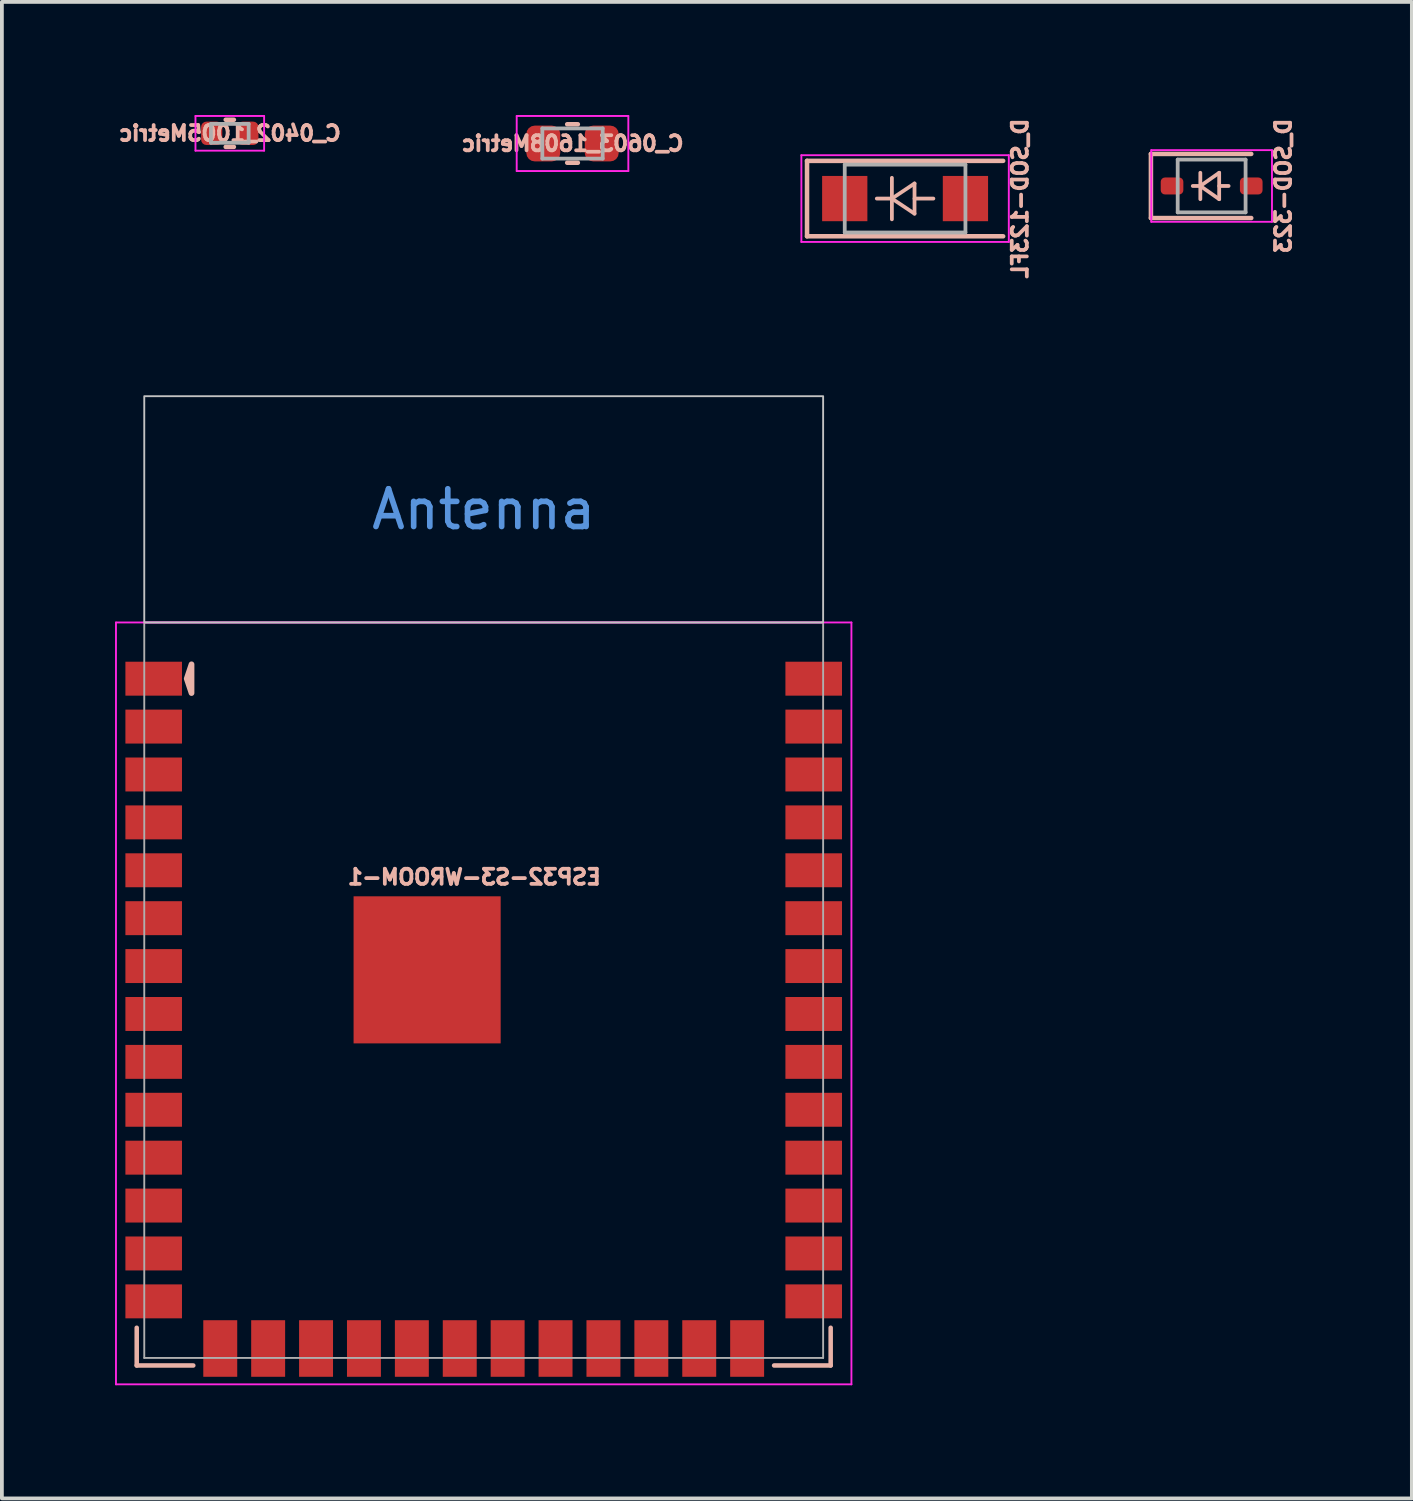
<source format=kicad_pcb>
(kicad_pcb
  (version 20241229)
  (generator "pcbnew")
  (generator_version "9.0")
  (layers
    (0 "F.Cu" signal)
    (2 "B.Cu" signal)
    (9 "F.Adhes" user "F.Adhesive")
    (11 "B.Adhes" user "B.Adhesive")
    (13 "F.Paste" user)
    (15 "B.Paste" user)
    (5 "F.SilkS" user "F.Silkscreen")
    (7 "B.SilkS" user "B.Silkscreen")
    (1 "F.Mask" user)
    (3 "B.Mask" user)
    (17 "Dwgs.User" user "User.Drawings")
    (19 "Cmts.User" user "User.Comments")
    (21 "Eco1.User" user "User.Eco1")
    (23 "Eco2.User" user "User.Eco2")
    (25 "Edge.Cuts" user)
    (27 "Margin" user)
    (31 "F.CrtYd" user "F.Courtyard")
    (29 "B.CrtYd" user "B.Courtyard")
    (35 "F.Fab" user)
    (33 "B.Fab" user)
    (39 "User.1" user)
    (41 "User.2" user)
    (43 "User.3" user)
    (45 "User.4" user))
  (footprint "C_0603_1608Metric"
    (layer "F.Cu")
    (at 12.13 0.755)
    (property "Reference" "C_0603_1608Metric" (at 0 0 0) (layer "B.SilkS") (effects (font (size 0.4 0.4) (thickness 0.1)) (justify mirror)))
    (attr smd)
    (fp_line (start -0.141 -0.51) (end 0.141 -0.51) (stroke (width 0.12) (type solid)) (layer "B.SilkS"))
    (fp_line (start -0.141 0.51) (end 0.141 0.51) (stroke (width 0.12) (type solid)) (layer "B.SilkS"))
    (fp_line (start -1.48 -0.73) (end 1.48 -0.73) (stroke (width 0.05) (type solid)) (layer "F.CrtYd"))
    (fp_line (start -1.48 0.73) (end -1.48 -0.73) (stroke (width 0.05) (type solid)) (layer "F.CrtYd"))
    (fp_line (start 1.48 -0.73) (end 1.48 0.73) (stroke (width 0.05) (type solid)) (layer "F.CrtYd"))
    (fp_line (start 1.48 0.73) (end -1.48 0.73) (stroke (width 0.05) (type solid)) (layer "F.CrtYd"))
    (fp_line (start -0.8 -0.4) (end 0.8 -0.4) (stroke (width 0.1) (type solid)) (layer "F.Fab"))
    (fp_line (start -0.8 0.4) (end -0.8 -0.4) (stroke (width 0.1) (type solid)) (layer "F.Fab"))
    (fp_line (start 0.8 -0.4) (end 0.8 0.4) (stroke (width 0.1) (type solid)) (layer "F.Fab"))
    (fp_line (start 0.8 0.4) (end -0.8 0.4) (stroke (width 0.1) (type solid)) (layer "F.Fab"))
    (pad "1" smd roundrect (at -0.775 0) (size 0.9 0.95) (layers "F.Cu" "F.Mask" "F.Paste") (roundrect_rratio 0.25))
    (pad "2" smd roundrect (at 0.775 0) (size 0.9 0.95) (layers "F.Cu" "F.Mask" "F.Paste") (roundrect_rratio 0.25)))
  (footprint "D_SOD-323"
    (layer "F.Cu")
    (at 29.076 1.881)
    (property "Reference" "D_SOD-323" (at 1.9 0 90) (layer "B.SilkS") (effects (font (size 0.4 0.4) (thickness 0.1) (bold yes)) (justify mirror)))
    (attr smd)
    (fp_line (start -1.61 -0.85) (end -1.61 0.85) (stroke (width 0.12) (type solid)) (layer "B.SilkS"))
    (fp_line (start -1.61 -0.85) (end 1.05 -0.85) (stroke (width 0.12) (type solid)) (layer "B.SilkS"))
    (fp_line (start -1.61 0.85) (end 1.05 0.85) (stroke (width 0.12) (type solid)) (layer "B.SilkS"))
    (fp_line (start -0.3 -0.35) (end -0.3 0.35) (stroke (width 0.1) (type solid)) (layer "B.SilkS"))
    (fp_line (start -0.3 0) (end -0.5 0) (stroke (width 0.1) (type solid)) (layer "B.SilkS"))
    (fp_line (start -0.3 0) (end 0.2 -0.35) (stroke (width 0.1) (type solid)) (layer "B.SilkS"))
    (fp_line (start 0.2 -0.35) (end 0.2 0.35) (stroke (width 0.1) (type solid)) (layer "B.SilkS"))
    (fp_line (start 0.2 0) (end 0.45 0) (stroke (width 0.1) (type solid)) (layer "B.SilkS"))
    (fp_line (start 0.2 0.35) (end -0.3 0) (stroke (width 0.1) (type solid)) (layer "B.SilkS"))
    (fp_line (start -1.6 -0.95) (end -1.6 0.95) (stroke (width 0.05) (type solid)) (layer "F.CrtYd"))
    (fp_line (start -1.6 -0.95) (end 1.6 -0.95) (stroke (width 0.05) (type solid)) (layer "F.CrtYd"))
    (fp_line (start -1.6 0.95) (end 1.6 0.95) (stroke (width 0.05) (type solid)) (layer "F.CrtYd"))
    (fp_line (start 1.6 -0.95) (end 1.6 0.95) (stroke (width 0.05) (type solid)) (layer "F.CrtYd"))
    (fp_line (start -0.9 -0.7) (end 0.9 -0.7) (stroke (width 0.1) (type solid)) (layer "F.Fab"))
    (fp_line (start -0.9 0.7) (end -0.9 -0.7) (stroke (width 0.1) (type solid)) (layer "F.Fab"))
    (fp_line (start 0.9 -0.7) (end 0.9 0.7) (stroke (width 0.1) (type solid)) (layer "F.Fab"))
    (fp_line (start 0.9 0.7) (end -0.9 0.7) (stroke (width 0.1) (type solid)) (layer "F.Fab"))
    (pad "1" smd roundrect (at -1.05 0) (size 0.6 0.45) (layers "F.Cu" "F.Mask" "F.Paste") (roundrect_rratio 0.25))
    (pad "2" smd roundrect (at 1.05 0) (size 0.6 0.45) (layers "F.Cu" "F.Mask" "F.Paste") (roundrect_rratio 0.25)))
  (footprint "ESP32-S3-WROOM-1"
    (layer "F.Cu")
    (at 9.775 20.205)
    (property "Reference" "ESP32-S3-WROOM-1" (at -0.25 0 0) (unlocked yes) (layer "B.SilkS") (effects (font (size 0.4 0.4) (thickness 0.1)) (justify mirror)))
    (attr smd)
    (fp_line (start -9.2 11.95) (end -9.2 12.95) (stroke (width 0.12) (type solid)) (layer "B.SilkS"))
    (fp_line (start -9.2 12.95) (end -7.7 12.95) (stroke (width 0.12) (type solid)) (layer "B.SilkS"))
    (fp_line (start 9.2 12.95) (end 7.7 12.95) (stroke (width 0.12) (type solid)) (layer "B.SilkS"))
    (fp_line (start 9.2 12.95) (end 9.2 11.95) (stroke (width 0.12) (type solid)) (layer "B.SilkS"))
    (fp_poly (pts (xy -7.874 -5.26) (xy -7.747 -5.641) (xy -7.747 -4.879)) (stroke (width 0.152) (type solid)) (fill yes) (layer "B.SilkS"))
    (fp_rect (start -9 -6.75) (end 9 -12.75) (stroke (width 0.05) (type default)) (fill no) (layer "Dwgs.User"))
    (fp_line (start -9.75 13.45) (end -9.75 -6.75) (stroke (width 0.05) (type solid)) (layer "F.CrtYd"))
    (fp_line (start -9.75 13.45) (end 9.75 13.45) (stroke (width 0.05) (type solid)) (layer "F.CrtYd"))
    (fp_line (start 9.75 -6.75) (end -9.75 -6.75) (stroke (width 0.05) (type solid)) (layer "F.CrtYd"))
    (fp_line (start 9.75 -6.75) (end 9.75 13.45) (stroke (width 0.05) (type solid)) (layer "F.CrtYd"))
    (fp_line (start -9 -6.75) (end 9 -6.75) (stroke (width 0.05) (type solid)) (layer "F.Fab"))
    (fp_line (start -9 12.75) (end -9 -6.75) (stroke (width 0.05) (type solid)) (layer "F.Fab"))
    (fp_line (start -9 12.75) (end 9 12.75) (stroke (width 0.05) (type solid)) (layer "F.Fab"))
    (fp_line (start 9 12.75) (end 9 -6.75) (stroke (width 0.05) (type solid)) (layer "F.Fab"))
    (fp_text user "Antenna" (at 0 -9.75 0) (layer "Cmts.User") (effects (font (size 1 1) (thickness 0.15))))
    (pad "1" smd rect (at -8.75 -5.26) (size 1.5 0.9) (layers "F.Cu" "F.Mask" "F.Paste"))
    (pad "2" smd rect (at -8.75 -3.99) (size 1.5 0.9) (layers "F.Cu" "F.Mask" "F.Paste"))
    (pad "3" smd rect (at -8.75 -2.72) (size 1.5 0.9) (layers "F.Cu" "F.Mask" "F.Paste"))
    (pad "4" smd rect (at -8.75 -1.45) (size 1.5 0.9) (layers "F.Cu" "F.Mask" "F.Paste"))
    (pad "5" smd rect (at -8.75 -0.18) (size 1.5 0.9) (layers "F.Cu" "F.Mask" "F.Paste"))
    (pad "6" smd rect (at -8.75 1.09) (size 1.5 0.9) (layers "F.Cu" "F.Mask" "F.Paste"))
    (pad "7" smd rect (at -8.75 2.36) (size 1.5 0.9) (layers "F.Cu" "F.Mask" "F.Paste"))
    (pad "8" smd rect (at -8.75 3.63) (size 1.5 0.9) (layers "F.Cu" "F.Mask" "F.Paste"))
    (pad "9" smd rect (at -8.75 4.9) (size 1.5 0.9) (layers "F.Cu" "F.Mask" "F.Paste"))
    (pad "10" smd rect (at -8.75 6.17) (size 1.5 0.9) (layers "F.Cu" "F.Mask" "F.Paste"))
    (pad "11" smd rect (at -8.75 7.44) (size 1.5 0.9) (layers "F.Cu" "F.Mask" "F.Paste"))
    (pad "12" smd rect (at -8.75 8.71) (size 1.5 0.9) (layers "F.Cu" "F.Mask" "F.Paste"))
    (pad "13" smd rect (at -8.75 9.98) (size 1.5 0.9) (layers "F.Cu" "F.Mask" "F.Paste"))
    (pad "14" smd rect (at -8.75 11.25 180) (size 1.5 0.9) (layers "F.Cu" "F.Mask" "F.Paste"))
    (pad "15" smd rect (at -6.985 12.5 270) (size 1.5 0.9) (layers "F.Cu" "F.Mask" "F.Paste"))
    (pad "16" smd rect (at -5.715 12.5 270) (size 1.5 0.9) (layers "F.Cu" "F.Mask" "F.Paste"))
    (pad "17" smd rect (at -4.445 12.5 270) (size 1.5 0.9) (layers "F.Cu" "F.Mask" "F.Paste"))
    (pad "18" smd rect (at -3.175 12.5 270) (size 1.5 0.9) (layers "F.Cu" "F.Mask" "F.Paste"))
    (pad "19" smd rect (at -1.905 12.5 270) (size 1.5 0.9) (layers "F.Cu" "F.Mask" "F.Paste"))
    (pad "20" smd rect (at -0.635 12.5 270) (size 1.5 0.9) (layers "F.Cu" "F.Mask" "F.Paste"))
    (pad "21" smd rect (at 0.635 12.5 270) (size 1.5 0.9) (layers "F.Cu" "F.Mask" "F.Paste"))
    (pad "22" smd rect (at 1.905 12.5 270) (size 1.5 0.9) (layers "F.Cu" "F.Mask" "F.Paste"))
    (pad "23" smd rect (at 3.175 12.5 270) (size 1.5 0.9) (layers "F.Cu" "F.Mask" "F.Paste"))
    (pad "24" smd rect (at 4.445 12.5 270) (size 1.5 0.9) (layers "F.Cu" "F.Mask" "F.Paste"))
    (pad "25" smd rect (at 5.715 12.5 270) (size 1.5 0.9) (layers "F.Cu" "F.Mask" "F.Paste"))
    (pad "26" smd rect (at 6.985 12.5 270) (size 1.5 0.9) (layers "F.Cu" "F.Mask" "F.Paste"))
    (pad "27" smd rect (at 8.75 11.25) (size 1.5 0.9) (layers "F.Cu" "F.Mask" "F.Paste"))
    (pad "28" smd rect (at 8.75 9.98) (size 1.5 0.9) (layers "F.Cu" "F.Mask" "F.Paste"))
    (pad "29" smd rect (at 8.75 8.71) (size 1.5 0.9) (layers "F.Cu" "F.Mask" "F.Paste"))
    (pad "30" smd rect (at 8.75 7.44) (size 1.5 0.9) (layers "F.Cu" "F.Mask" "F.Paste"))
    (pad "31" smd rect (at 8.75 6.17) (size 1.5 0.9) (layers "F.Cu" "F.Mask" "F.Paste"))
    (pad "32" smd rect (at 8.75 4.9) (size 1.5 0.9) (layers "F.Cu" "F.Mask" "F.Paste"))
    (pad "33" smd rect (at 8.75 3.63) (size 1.5 0.9) (layers "F.Cu" "F.Mask" "F.Paste"))
    (pad "34" smd rect (at 8.75 2.36) (size 1.5 0.9) (layers "F.Cu" "F.Mask" "F.Paste"))
    (pad "35" smd rect (at 8.75 1.09) (size 1.5 0.9) (layers "F.Cu" "F.Mask" "F.Paste"))
    (pad "36" smd rect (at 8.75 -0.18) (size 1.5 0.9) (layers "F.Cu" "F.Mask" "F.Paste"))
    (pad "37" smd rect (at 8.75 -1.45) (size 1.5 0.9) (layers "F.Cu" "F.Mask" "F.Paste"))
    (pad "38" smd rect (at 8.75 -2.72) (size 1.5 0.9) (layers "F.Cu" "F.Mask" "F.Paste"))
    (pad "39" smd rect (at 8.75 -3.99) (size 1.5 0.9) (layers "F.Cu" "F.Mask" "F.Paste"))
    (pad "40" smd rect (at 8.75 -5.26) (size 1.5 0.9) (layers "F.Cu" "F.Mask" "F.Paste"))
    (pad "41" smd rect (at -1.5 2.46 270) (size 3.9 3.9) (layers "F.Cu" "F.Mask")))
  (footprint "C_0402_1005Metric"
    (layer "F.Cu")
    (at 3.043 0.485)
    (property "Reference" "C_0402_1005Metric" (at 0 0 0) (layer "B.SilkS") (effects (font (size 0.4 0.4) (thickness 0.1)) (justify mirror)))
    (attr smd)
    (fp_line (start -0.108 -0.36) (end 0.108 -0.36) (stroke (width 0.12) (type solid)) (layer "B.SilkS"))
    (fp_line (start -0.108 0.36) (end 0.108 0.36) (stroke (width 0.12) (type solid)) (layer "B.SilkS"))
    (fp_line (start -0.91 -0.46) (end 0.91 -0.46) (stroke (width 0.05) (type solid)) (layer "F.CrtYd"))
    (fp_line (start -0.91 0.46) (end -0.91 -0.46) (stroke (width 0.05) (type solid)) (layer "F.CrtYd"))
    (fp_line (start 0.91 -0.46) (end 0.91 0.46) (stroke (width 0.05) (type solid)) (layer "F.CrtYd"))
    (fp_line (start 0.91 0.46) (end -0.91 0.46) (stroke (width 0.05) (type solid)) (layer "F.CrtYd"))
    (fp_line (start -0.5 -0.25) (end 0.5 -0.25) (stroke (width 0.1) (type solid)) (layer "F.Fab"))
    (fp_line (start -0.5 0.25) (end -0.5 -0.25) (stroke (width 0.1) (type solid)) (layer "F.Fab"))
    (fp_line (start 0.5 -0.25) (end 0.5 0.25) (stroke (width 0.1) (type solid)) (layer "F.Fab"))
    (fp_line (start 0.5 0.25) (end -0.5 0.25) (stroke (width 0.1) (type solid)) (layer "F.Fab"))
    (pad "1" smd roundrect (at -0.48 0) (size 0.56 0.62) (layers "F.Cu" "F.Mask" "F.Paste") (roundrect_rratio 0.25))
    (pad "2" smd roundrect (at 0.48 0) (size 0.56 0.62) (layers "F.Cu" "F.Mask" "F.Paste") (roundrect_rratio 0.25)))
  (footprint "D_SOD-123FL"
    (layer "F.Cu")
    (at 20.948 2.215)
    (property "Reference" "D_SOD-123FL" (at 3.048 0 90) (layer "B.SilkS") (effects (font (size 0.4 0.4) (thickness 0.1)) (justify mirror)))
    (attr smd)
    (fp_line (start -2.6 -1) (end -2.6 1) (stroke (width 0.12) (type solid)) (layer "B.SilkS"))
    (fp_line (start -2.6 -1) (end 2.6 -1) (stroke (width 0.12) (type solid)) (layer "B.SilkS"))
    (fp_line (start -2.6 1) (end 2.6 1) (stroke (width 0.12) (type solid)) (layer "B.SilkS"))
    (fp_line (start -0.75 0) (end -0.35 0) (stroke (width 0.1) (type solid)) (layer "B.SilkS"))
    (fp_line (start -0.35 0) (end -0.35 -0.55) (stroke (width 0.1) (type solid)) (layer "B.SilkS"))
    (fp_line (start -0.35 0) (end -0.35 0.55) (stroke (width 0.1) (type solid)) (layer "B.SilkS"))
    (fp_line (start -0.35 0) (end 0.25 -0.4) (stroke (width 0.1) (type solid)) (layer "B.SilkS"))
    (fp_line (start 0.25 -0.4) (end 0.25 0.4) (stroke (width 0.1) (type solid)) (layer "B.SilkS"))
    (fp_line (start 0.25 0) (end 0.75 0) (stroke (width 0.1) (type solid)) (layer "B.SilkS"))
    (fp_line (start 0.25 0.4) (end -0.35 0) (stroke (width 0.1) (type solid)) (layer "B.SilkS"))
    (fp_line (start -2.75 -1.15) (end -2.75 1.15) (stroke (width 0.05) (type solid)) (layer "F.CrtYd"))
    (fp_line (start -2.75 -1.15) (end 2.75 -1.15) (stroke (width 0.05) (type solid)) (layer "F.CrtYd"))
    (fp_line (start 2.75 -1.15) (end 2.75 1.15) (stroke (width 0.05) (type solid)) (layer "F.CrtYd"))
    (fp_line (start 2.75 1.15) (end -2.75 1.15) (stroke (width 0.05) (type solid)) (layer "F.CrtYd"))
    (fp_line (start -1.6 -0.9) (end 1.6 -0.9) (stroke (width 0.1) (type solid)) (layer "F.Fab"))
    (fp_line (start -1.6 0.9) (end -1.6 -0.9) (stroke (width 0.1) (type solid)) (layer "F.Fab"))
    (fp_line (start 1.6 -0.9) (end 1.6 0.9) (stroke (width 0.1) (type solid)) (layer "F.Fab"))
    (fp_line (start 1.6 0.9) (end -1.6 0.9) (stroke (width 0.1) (type solid)) (layer "F.Fab"))
    (pad "1" smd rect (at -1.6 0) (size 1.2 1.2) (layers "F.Cu" "F.Mask" "F.Paste"))
    (pad "2" smd rect (at 1.6 0) (size 1.2 1.2) (layers "F.Cu" "F.Mask" "F.Paste")))
  (gr_rect
    (start -3 -3)
    (end 34.385 36.68)
    (stroke (width 0.1) (type default))
    (fill no)
    (layer "Edge.Cuts")))
</source>
